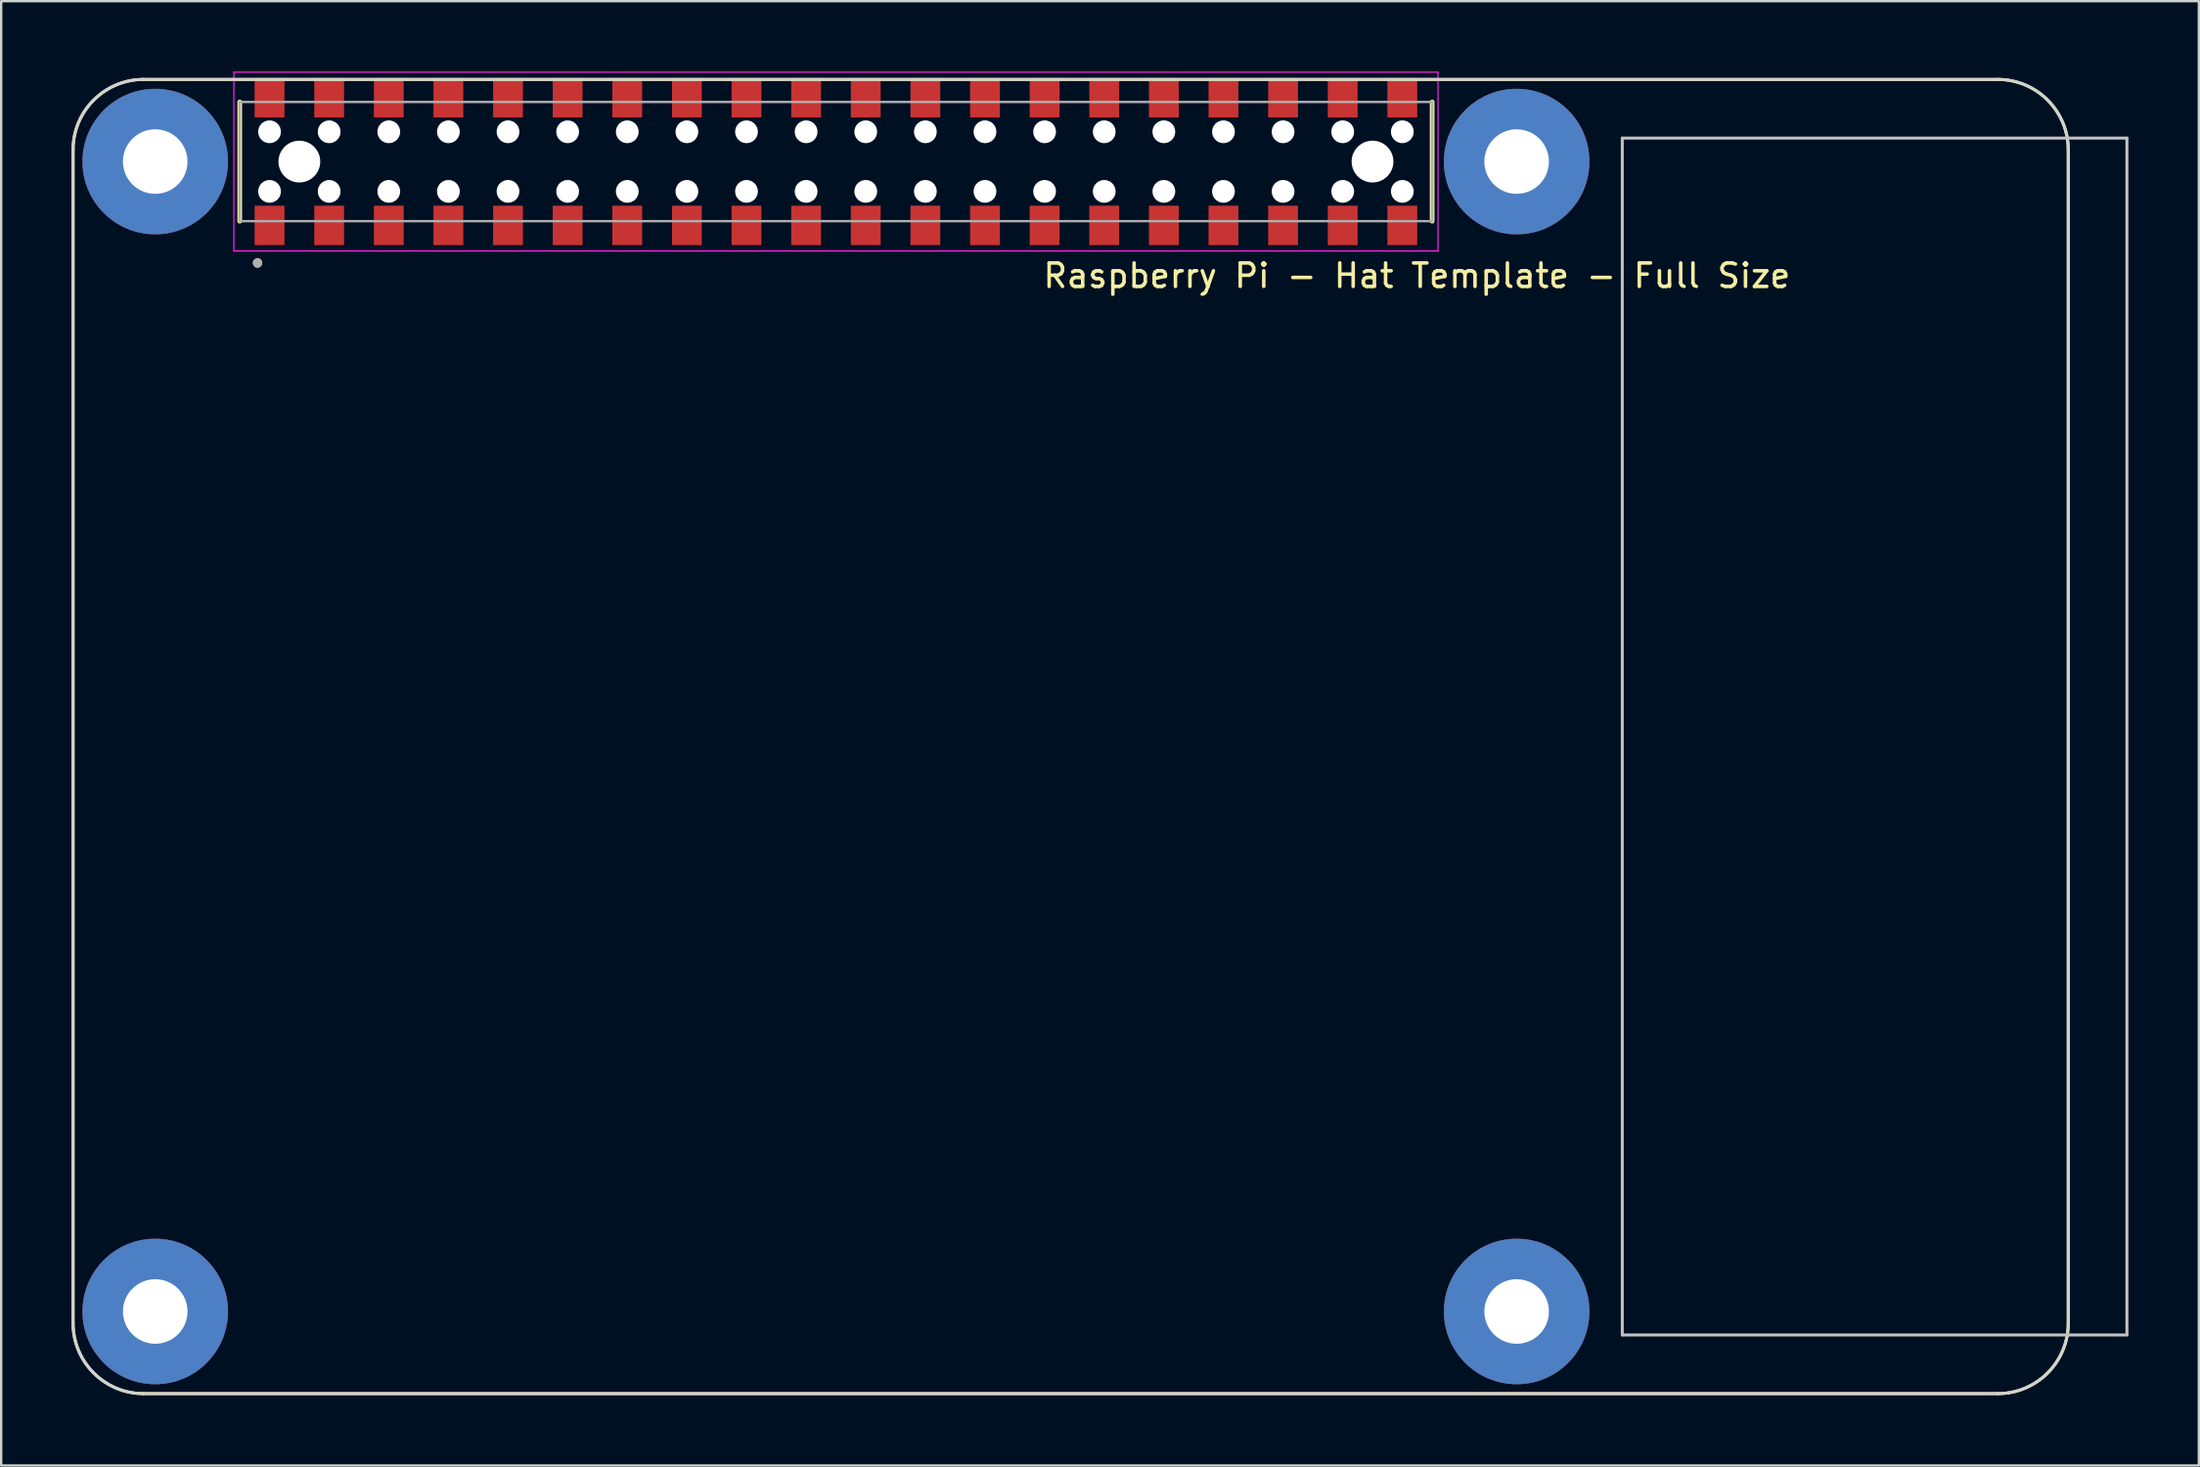
<source format=kicad_pcb>
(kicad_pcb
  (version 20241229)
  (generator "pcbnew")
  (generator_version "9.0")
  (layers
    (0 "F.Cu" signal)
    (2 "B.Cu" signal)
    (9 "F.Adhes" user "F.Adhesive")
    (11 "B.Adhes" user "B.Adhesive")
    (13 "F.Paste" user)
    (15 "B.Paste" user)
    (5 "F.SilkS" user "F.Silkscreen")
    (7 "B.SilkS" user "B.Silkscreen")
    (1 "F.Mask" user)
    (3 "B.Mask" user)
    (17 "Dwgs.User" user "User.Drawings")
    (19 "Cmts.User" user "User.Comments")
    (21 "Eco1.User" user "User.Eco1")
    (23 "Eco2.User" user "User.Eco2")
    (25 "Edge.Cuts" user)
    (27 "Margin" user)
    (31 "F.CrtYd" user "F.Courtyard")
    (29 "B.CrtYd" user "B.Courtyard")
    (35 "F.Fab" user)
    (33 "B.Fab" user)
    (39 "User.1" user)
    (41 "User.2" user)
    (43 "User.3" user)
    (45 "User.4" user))
  (footprint "Raspberry Pi - Hat Template - Full Size"
    (layer "F.Cu")
    (at 32.563 3.835)
    (property "Reference" "Raspberry Pi - Hat Template - Full Size" (at 24.75 4.864 0) (layer "F.SilkS") (effects (font (size 1 1) (thickness 0.15))))
    (attr through_hole)
    (fp_line (start -32.5 -0.5) (end -32.5 49.5) (stroke (width 0.127) (type solid)) (layer "F.SilkS"))
    (fp_line (start -29.5 52.5) (end 49.5 52.5) (stroke (width 0.127) (type solid)) (layer "F.SilkS"))
    (fp_line (start -25.4 2.54) (end -25.4 -2.54) (stroke (width 0.2) (type solid)) (layer "F.SilkS"))
    (fp_line (start 25.4 2.54) (end 25.4 -2.54) (stroke (width 0.2) (type solid)) (layer "F.SilkS"))
    (fp_line (start 49.5 -3.5) (end -29.5 -3.5) (stroke (width 0.127) (type solid)) (layer "F.SilkS"))
    (fp_line (start 52.5 49.5) (end 52.5 -0.5) (stroke (width 0.127) (type solid)) (layer "F.SilkS"))
    (fp_arc (start -32.5 -0.5) (mid -31.62132 -2.62132) (end -29.5 -3.5) (stroke (width 0.127) (type solid)) (layer "F.SilkS"))
    (fp_arc (start -29.5 52.5) (mid -31.62132 51.62132) (end -32.5 49.5) (stroke (width 0.127) (type solid)) (layer "F.SilkS"))
    (fp_arc (start 49.5 -3.5) (mid 51.62132 -2.62132) (end 52.5 -0.5) (stroke (width 0.127) (type solid)) (layer "F.SilkS"))
    (fp_arc (start 52.5 49.5) (mid 51.62132 51.62132) (end 49.5 52.5) (stroke (width 0.127) (type solid)) (layer "F.SilkS"))
    (fp_circle (center -24.64 4.32) (end -24.74 4.32) (stroke (width 0.2) (type solid)) (fill no) (layer "F.SilkS"))
    (fp_line (start 33.5 -1) (end 33.5 50) (stroke (width 0.127) (type solid)) (layer "Dwgs.User"))
    (fp_line (start 33.5 50) (end 55 50) (stroke (width 0.127) (type solid)) (layer "Dwgs.User"))
    (fp_line (start 55 -1) (end 33.5 -1) (stroke (width 0.127) (type solid)) (layer "Dwgs.User"))
    (fp_line (start 55 50) (end 55 -1) (stroke (width 0.127) (type solid)) (layer "Dwgs.User"))
    (fp_line (start -32.5 -0.5) (end -32.5 49.5) (stroke (width 0.127) (type solid)) (layer "Edge.Cuts"))
    (fp_line (start -29.5 52.5) (end 49.5 52.5) (stroke (width 0.127) (type solid)) (layer "Edge.Cuts"))
    (fp_line (start 49.5 -3.5) (end -29.5 -3.5) (stroke (width 0.127) (type solid)) (layer "Edge.Cuts"))
    (fp_line (start 52.5 49.5) (end 52.5 -0.5) (stroke (width 0.127) (type solid)) (layer "Edge.Cuts"))
    (fp_arc (start -32.5 -0.5) (mid -31.62132 -2.62132) (end -29.5 -3.5) (stroke (width 0.127) (type solid)) (layer "Edge.Cuts"))
    (fp_arc (start -29.5 52.5) (mid -31.62132 51.62132) (end -32.5 49.5) (stroke (width 0.127) (type solid)) (layer "Edge.Cuts"))
    (fp_arc (start 49.5 -3.5) (mid 51.62132 -2.62132) (end 52.5 -0.5) (stroke (width 0.127) (type solid)) (layer "Edge.Cuts"))
    (fp_arc (start 52.5 49.5) (mid 51.62132 51.62132) (end 49.5 52.5) (stroke (width 0.127) (type solid)) (layer "Edge.Cuts"))
    (fp_line (start -25.65 -3.81) (end -25.65 3.81) (stroke (width 0.05) (type solid)) (layer "F.CrtYd"))
    (fp_line (start -25.65 3.81) (end 25.65 3.81) (stroke (width 0.05) (type solid)) (layer "F.CrtYd"))
    (fp_line (start 25.65 -3.81) (end -25.65 -3.81) (stroke (width 0.05) (type solid)) (layer "F.CrtYd"))
    (fp_line (start 25.65 3.81) (end 25.65 -3.81) (stroke (width 0.05) (type solid)) (layer "F.CrtYd"))
    (fp_line (start -25.4 -2.54) (end -25.4 2.54) (stroke (width 0.1) (type solid)) (layer "F.Fab"))
    (fp_line (start -25.4 2.54) (end 25.4 2.54) (stroke (width 0.1) (type solid)) (layer "F.Fab"))
    (fp_line (start 25.4 -2.54) (end -25.4 -2.54) (stroke (width 0.1) (type solid)) (layer "F.Fab"))
    (fp_line (start 25.4 2.54) (end 25.4 -2.54) (stroke (width 0.1) (type solid)) (layer "F.Fab"))
    (fp_circle (center -24.64 4.32) (end -24.74 4.32) (stroke (width 0.2) (type solid)) (fill no) (layer "F.Fab"))
    (pad "" np_thru_hole circle (at -24.13 -1.27) (size 0.97 0.97) (drill 0.97) (layers "*.Cu" "*.Mask"))
    (pad "" np_thru_hole circle (at -24.13 1.27) (size 0.97 0.97) (drill 0.97) (layers "*.Cu" "*.Mask"))
    (pad "" np_thru_hole circle (at -22.86 0) (size 1.78 1.78) (drill 1.78) (layers "*.Cu" "*.Mask"))
    (pad "" np_thru_hole circle (at -21.59 -1.27) (size 0.97 0.97) (drill 0.97) (layers "*.Cu" "*.Mask"))
    (pad "" np_thru_hole circle (at -21.59 1.27) (size 0.97 0.97) (drill 0.97) (layers "*.Cu" "*.Mask"))
    (pad "" np_thru_hole circle (at -19.05 -1.27) (size 0.97 0.97) (drill 0.97) (layers "*.Cu" "*.Mask"))
    (pad "" np_thru_hole circle (at -19.05 1.27) (size 0.97 0.97) (drill 0.97) (layers "*.Cu" "*.Mask"))
    (pad "" np_thru_hole circle (at -16.51 -1.27) (size 0.97 0.97) (drill 0.97) (layers "*.Cu" "*.Mask"))
    (pad "" np_thru_hole circle (at -16.51 1.27) (size 0.97 0.97) (drill 0.97) (layers "*.Cu" "*.Mask"))
    (pad "" np_thru_hole circle (at -13.97 -1.27) (size 0.97 0.97) (drill 0.97) (layers "*.Cu" "*.Mask"))
    (pad "" np_thru_hole circle (at -13.97 1.27) (size 0.97 0.97) (drill 0.97) (layers "*.Cu" "*.Mask"))
    (pad "" np_thru_hole circle (at -11.43 -1.27) (size 0.97 0.97) (drill 0.97) (layers "*.Cu" "*.Mask"))
    (pad "" np_thru_hole circle (at -11.43 1.27) (size 0.97 0.97) (drill 0.97) (layers "*.Cu" "*.Mask"))
    (pad "" np_thru_hole circle (at -8.89 -1.27) (size 0.97 0.97) (drill 0.97) (layers "*.Cu" "*.Mask"))
    (pad "" np_thru_hole circle (at -8.89 1.27) (size 0.97 0.97) (drill 0.97) (layers "*.Cu" "*.Mask"))
    (pad "" np_thru_hole circle (at -6.35 -1.27) (size 0.97 0.97) (drill 0.97) (layers "*.Cu" "*.Mask"))
    (pad "" np_thru_hole circle (at -6.35 1.27) (size 0.97 0.97) (drill 0.97) (layers "*.Cu" "*.Mask"))
    (pad "" np_thru_hole circle (at -3.81 -1.27) (size 0.97 0.97) (drill 0.97) (layers "*.Cu" "*.Mask"))
    (pad "" np_thru_hole circle (at -3.81 1.27) (size 0.97 0.97) (drill 0.97) (layers "*.Cu" "*.Mask"))
    (pad "" np_thru_hole circle (at -1.27 -1.27) (size 0.97 0.97) (drill 0.97) (layers "*.Cu" "*.Mask"))
    (pad "" np_thru_hole circle (at -1.27 1.27) (size 0.97 0.97) (drill 0.97) (layers "*.Cu" "*.Mask"))
    (pad "" np_thru_hole circle (at 1.27 -1.27) (size 0.97 0.97) (drill 0.97) (layers "*.Cu" "*.Mask"))
    (pad "" np_thru_hole circle (at 1.27 1.27) (size 0.97 0.97) (drill 0.97) (layers "*.Cu" "*.Mask"))
    (pad "" np_thru_hole circle (at 3.81 -1.27) (size 0.97 0.97) (drill 0.97) (layers "*.Cu" "*.Mask"))
    (pad "" np_thru_hole circle (at 3.81 1.27) (size 0.97 0.97) (drill 0.97) (layers "*.Cu" "*.Mask"))
    (pad "" np_thru_hole circle (at 6.35 -1.27) (size 0.97 0.97) (drill 0.97) (layers "*.Cu" "*.Mask"))
    (pad "" np_thru_hole circle (at 6.35 1.27) (size 0.97 0.97) (drill 0.97) (layers "*.Cu" "*.Mask"))
    (pad "" np_thru_hole circle (at 8.89 -1.27) (size 0.97 0.97) (drill 0.97) (layers "*.Cu" "*.Mask"))
    (pad "" np_thru_hole circle (at 8.89 1.27) (size 0.97 0.97) (drill 0.97) (layers "*.Cu" "*.Mask"))
    (pad "" np_thru_hole circle (at 11.43 -1.27) (size 0.97 0.97) (drill 0.97) (layers "*.Cu" "*.Mask"))
    (pad "" np_thru_hole circle (at 11.43 1.27) (size 0.97 0.97) (drill 0.97) (layers "*.Cu" "*.Mask"))
    (pad "" np_thru_hole circle (at 13.97 -1.27) (size 0.97 0.97) (drill 0.97) (layers "*.Cu" "*.Mask"))
    (pad "" np_thru_hole circle (at 13.97 1.27) (size 0.97 0.97) (drill 0.97) (layers "*.Cu" "*.Mask"))
    (pad "" np_thru_hole circle (at 16.51 -1.27) (size 0.97 0.97) (drill 0.97) (layers "*.Cu" "*.Mask"))
    (pad "" np_thru_hole circle (at 16.51 1.27) (size 0.97 0.97) (drill 0.97) (layers "*.Cu" "*.Mask"))
    (pad "" np_thru_hole circle (at 19.05 -1.27) (size 0.97 0.97) (drill 0.97) (layers "*.Cu" "*.Mask"))
    (pad "" np_thru_hole circle (at 19.05 1.27) (size 0.97 0.97) (drill 0.97) (layers "*.Cu" "*.Mask"))
    (pad "" np_thru_hole circle (at 21.59 -1.27) (size 0.97 0.97) (drill 0.97) (layers "*.Cu" "*.Mask"))
    (pad "" np_thru_hole circle (at 21.59 1.27) (size 0.97 0.97) (drill 0.97) (layers "*.Cu" "*.Mask"))
    (pad "" np_thru_hole circle (at 22.86 0) (size 1.78 1.78) (drill 1.78) (layers "*.Cu" "*.Mask"))
    (pad "" np_thru_hole circle (at 24.13 -1.27) (size 0.97 0.97) (drill 0.97) (layers "*.Cu" "*.Mask"))
    (pad "" np_thru_hole circle (at 24.13 1.27) (size 0.97 0.97) (drill 0.97) (layers "*.Cu" "*.Mask"))
    (pad "01" smd rect (at -24.13 2.72) (size 1.27 1.68) (layers "F.Cu" "F.Mask" "F.Paste"))
    (pad "02" smd rect (at -24.13 -2.72) (size 1.27 1.68) (layers "F.Cu" "F.Mask" "F.Paste"))
    (pad "03" smd rect (at -21.59 2.72) (size 1.27 1.68) (layers "F.Cu" "F.Mask" "F.Paste"))
    (pad "04" smd rect (at -21.59 -2.72) (size 1.27 1.68) (layers "F.Cu" "F.Mask" "F.Paste"))
    (pad "05" smd rect (at -19.05 2.72) (size 1.27 1.68) (layers "F.Cu" "F.Mask" "F.Paste"))
    (pad "06" smd rect (at -19.05 -2.72) (size 1.27 1.68) (layers "F.Cu" "F.Mask" "F.Paste"))
    (pad "07" smd rect (at -16.51 2.72) (size 1.27 1.68) (layers "F.Cu" "F.Mask" "F.Paste"))
    (pad "08" smd rect (at -16.51 -2.72) (size 1.27 1.68) (layers "F.Cu" "F.Mask" "F.Paste"))
    (pad "09" smd rect (at -13.97 2.72) (size 1.27 1.68) (layers "F.Cu" "F.Mask" "F.Paste"))
    (pad "10" smd rect (at -13.97 -2.72) (size 1.27 1.68) (layers "F.Cu" "F.Mask" "F.Paste"))
    (pad "11" smd rect (at -11.43 2.72) (size 1.27 1.68) (layers "F.Cu" "F.Mask" "F.Paste"))
    (pad "12" smd rect (at -11.43 -2.72) (size 1.27 1.68) (layers "F.Cu" "F.Mask" "F.Paste"))
    (pad "13" smd rect (at -8.89 2.72) (size 1.27 1.68) (layers "F.Cu" "F.Mask" "F.Paste"))
    (pad "14" smd rect (at -8.89 -2.72) (size 1.27 1.68) (layers "F.Cu" "F.Mask" "F.Paste"))
    (pad "15" smd rect (at -6.35 2.72) (size 1.27 1.68) (layers "F.Cu" "F.Mask" "F.Paste"))
    (pad "16" smd rect (at -6.35 -2.72) (size 1.27 1.68) (layers "F.Cu" "F.Mask" "F.Paste"))
    (pad "17" smd rect (at -3.81 2.72) (size 1.27 1.68) (layers "F.Cu" "F.Mask" "F.Paste"))
    (pad "18" smd rect (at -3.81 -2.72) (size 1.27 1.68) (layers "F.Cu" "F.Mask" "F.Paste"))
    (pad "19" smd rect (at -1.27 2.72) (size 1.27 1.68) (layers "F.Cu" "F.Mask" "F.Paste"))
    (pad "20" smd rect (at -1.27 -2.72) (size 1.27 1.68) (layers "F.Cu" "F.Mask" "F.Paste"))
    (pad "21" smd rect (at 1.27 2.72) (size 1.27 1.68) (layers "F.Cu" "F.Mask" "F.Paste"))
    (pad "22" smd rect (at 1.27 -2.72) (size 1.27 1.68) (layers "F.Cu" "F.Mask" "F.Paste"))
    (pad "23" smd rect (at 3.81 2.72) (size 1.27 1.68) (layers "F.Cu" "F.Mask" "F.Paste"))
    (pad "24" smd rect (at 3.81 -2.72) (size 1.27 1.68) (layers "F.Cu" "F.Mask" "F.Paste"))
    (pad "25" smd rect (at 6.35 2.72) (size 1.27 1.68) (layers "F.Cu" "F.Mask" "F.Paste"))
    (pad "26" smd rect (at 6.35 -2.72) (size 1.27 1.68) (layers "F.Cu" "F.Mask" "F.Paste"))
    (pad "27" smd rect (at 8.89 2.72) (size 1.27 1.68) (layers "F.Cu" "F.Mask" "F.Paste"))
    (pad "28" smd rect (at 8.89 -2.72) (size 1.27 1.68) (layers "F.Cu" "F.Mask" "F.Paste"))
    (pad "29" smd rect (at 11.43 2.72) (size 1.27 1.68) (layers "F.Cu" "F.Mask" "F.Paste"))
    (pad "30" smd rect (at 11.43 -2.72) (size 1.27 1.68) (layers "F.Cu" "F.Mask" "F.Paste"))
    (pad "31" smd rect (at 13.97 2.72) (size 1.27 1.68) (layers "F.Cu" "F.Mask" "F.Paste"))
    (pad "32" smd rect (at 13.97 -2.72) (size 1.27 1.68) (layers "F.Cu" "F.Mask" "F.Paste"))
    (pad "33" smd rect (at 16.51 2.72) (size 1.27 1.68) (layers "F.Cu" "F.Mask" "F.Paste"))
    (pad "34" smd rect (at 16.51 -2.72) (size 1.27 1.68) (layers "F.Cu" "F.Mask" "F.Paste"))
    (pad "35" smd rect (at 19.05 2.72) (size 1.27 1.68) (layers "F.Cu" "F.Mask" "F.Paste"))
    (pad "36" smd rect (at 19.05 -2.72) (size 1.27 1.68) (layers "F.Cu" "F.Mask" "F.Paste"))
    (pad "37" smd rect (at 21.59 2.72) (size 1.27 1.68) (layers "F.Cu" "F.Mask" "F.Paste"))
    (pad "38" smd rect (at 21.59 -2.72) (size 1.27 1.68) (layers "F.Cu" "F.Mask" "F.Paste"))
    (pad "39" smd rect (at 24.13 2.72) (size 1.27 1.68) (layers "F.Cu" "F.Mask" "F.Paste"))
    (pad "40" smd rect (at 24.13 -2.72) (size 1.27 1.68) (layers "F.Cu" "F.Mask" "F.Paste"))
    (pad "S1" thru_hole circle (at -29 0) (size 6.2 6.2) (drill 2.75) (layers "*.Cu" "*.Mask"))
    (pad "S2" thru_hole circle (at 29 0) (size 6.2 6.2) (drill 2.75) (layers "*.Cu" "*.Mask"))
    (pad "S3" thru_hole circle (at 29 49) (size 6.2 6.2) (drill 2.75) (layers "*.Cu" "*.Mask"))
    (pad "S4" thru_hole circle (at -29 49) (size 6.2 6.2) (drill 2.75) (layers "*.Cu" "*.Mask")))
  (gr_rect
    (start -3 -3)
    (end 90.627 59.398)
    (stroke (width 0.1) (type default))
    (fill no)
    (layer "Edge.Cuts")))
</source>
